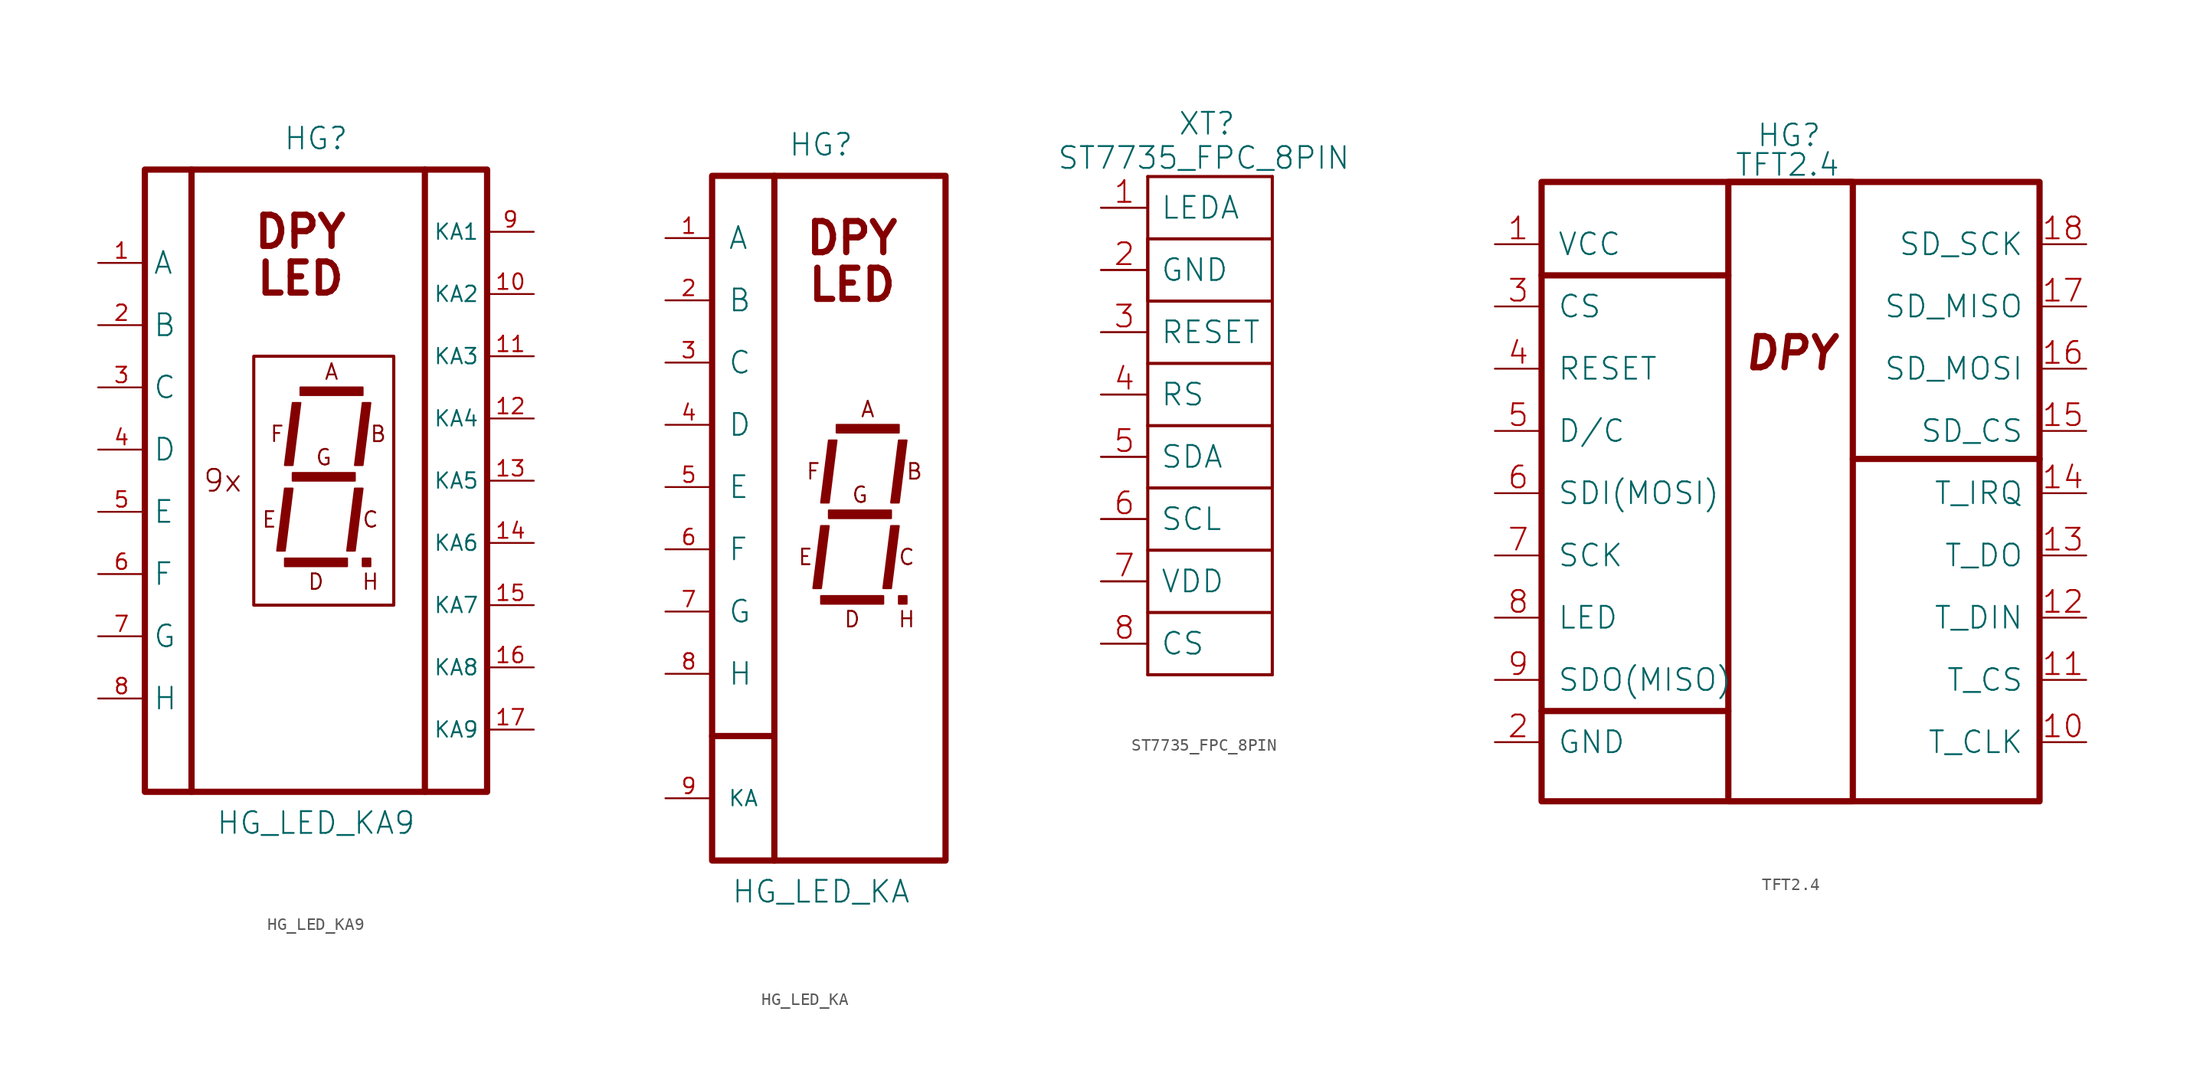
<source format=kicad_sym>
(kicad_symbol_lib
  (version 20211014)
  (generator kicad_symbol_editor)
  (symbol "HG_LED_KA9"
    (pin_names
      (offset 0.635))
    (property "Reference" "HG"
      (at 0 27.94 0)
      (effects (font (size 1.778 1.778))))
    (property "Value" "HG_LED_KA9"
      (at 0 -27.94 0)
      (effects (font (size 1.778 1.778))))
    (symbol "HG_LED_KA9_0_0"
      (rectangle (start -5.08 10.16) (end 6.35 -10.16) (stroke (width 0.254) (type default) (color 0 0 0 0)) (fill (type none)))
      (polyline (pts (xy 8.89 25.4) (xy 8.89 -25.4)) (stroke (width 0.508) (type default) (color 0 0 0 0)) (fill (type none)))
      (polyline (pts (xy -2.54 -6.35) (xy 2.54 -6.35) (xy 2.54 -6.985) (xy -2.54 -6.985) (xy -2.54 -6.35)) (stroke (width 0) (type default) (color 0 0 0 0)) (fill (type outline)))
      (polyline (pts (xy -2.54 -0.635) (xy -3.175 -5.715) (xy -2.54 -5.715) (xy -1.905 -0.635) (xy -2.54 -0.635)) (stroke (width 0) (type default) (color 0 0 0 0)) (fill (type outline)))
      (polyline (pts (xy -1.905 0) (xy -1.905 0.635) (xy 3.175 0.635) (xy 3.175 0) (xy -1.905 0)) (stroke (width 0) (type default) (color 0 0 0 0)) (fill (type outline)))
      (polyline (pts (xy -1.905 6.35) (xy -2.54 1.27) (xy -1.905 1.27) (xy -1.27 6.35) (xy -1.905 6.35)) (stroke (width 0) (type default) (color 0 0 0 0)) (fill (type outline)))
      (polyline (pts (xy -1.27 6.985) (xy -1.27 7.62) (xy 3.81 7.62) (xy 3.81 6.985) (xy -1.27 6.985)) (stroke (width 0) (type default) (color 0 0 0 0)) (fill (type outline)))
      (polyline (pts (xy 3.175 -0.635) (xy 2.54 -5.715) (xy 3.175 -5.715) (xy 3.81 -0.635) (xy 3.175 -0.635)) (stroke (width 0) (type default) (color 0 0 0 0)) (fill (type outline)))
      (polyline (pts (xy 3.81 -6.35) (xy 3.81 -6.985) (xy 4.445 -6.985) (xy 4.445 -6.35) (xy 3.81 -6.35)) (stroke (width 0) (type default) (color 0 0 0 0)) (fill (type outline)))
      (polyline (pts (xy 3.81 6.35) (xy 3.175 1.27) (xy 3.81 1.27) (xy 4.445 6.35) (xy 3.81 6.35)) (stroke (width 0) (type default) (color 0 0 0 0)) (fill (type outline)))
      (text "9x" (at -7.62 0 0) (effects (font (size 1.778 1.778))))
      (text "A" (at 1.27 8.89 0) (effects (font (size 1.27 1.27))))
      (text "B" (at 5.08 3.81 0) (effects (font (size 1.27 1.27))))
      (text "C" (at 4.445 -3.175 0) (effects (font (size 1.27 1.27))))
      (text "D" (at 0 -8.255 0) (effects (font (size 1.27 1.27))))
      (text "DPY" (at -1.27 20.32 0) (effects (font (size 2.54 2.54) bold)))
      (text "E" (at -3.81 -3.175 0) (effects (font (size 1.27 1.27))))
      (text "F" (at -3.175 3.81 0) (effects (font (size 1.27 1.27))))
      (text "G" (at 0.635 1.905 0) (effects (font (size 1.27 1.27))))
      (text "H" (at 4.445 -8.255 0) (effects (font (size 1.27 1.27))))
      (text "LED" (at -1.27 16.51 0) (effects (font (size 2.54 2.54) bold))))
    (symbol "HG_LED_KA9_0_1"
      (rectangle (start -13.97 25.4) (end 13.97 -25.4) (stroke (width 0.508) (type default) (color 0 0 0 0)) (fill (type none)))
      (polyline (pts (xy -10.16 25.4) (xy -10.16 -25.4)) (stroke (width 0.508) (type default) (color 0 0 0 0)) (fill (type none))))
    (symbol "HG_LED_KA9_1_1"
      (pin input line (at -17.78 17.78 0) (length 3.81) (name "A" (effects (font (size 1.778 1.778)))) (number "1" (effects (font (size 1.27 1.27)))))
      (pin power_in line (at 17.78 15.24 180) (length 3.81) (name "KA2" (effects (font (size 1.27 1.27)))) (number "10" (effects (font (size 1.27 1.27)))))
      (pin power_in line (at 17.78 10.16 180) (length 3.81) (name "KA3" (effects (font (size 1.27 1.27)))) (number "11" (effects (font (size 1.27 1.27)))))
      (pin power_in line (at 17.78 5.08 180) (length 3.81) (name "KA4" (effects (font (size 1.27 1.27)))) (number "12" (effects (font (size 1.27 1.27)))))
      (pin power_in line (at 17.78 0 180) (length 3.81) (name "KA5" (effects (font (size 1.27 1.27)))) (number "13" (effects (font (size 1.27 1.27)))))
      (pin power_in line (at 17.78 -5.08 180) (length 3.81) (name "KA6" (effects (font (size 1.27 1.27)))) (number "14" (effects (font (size 1.27 1.27)))))
      (pin power_in line (at 17.78 -10.16 180) (length 3.81) (name "KA7" (effects (font (size 1.27 1.27)))) (number "15" (effects (font (size 1.27 1.27)))))
      (pin power_in line (at 17.78 -15.24 180) (length 3.81) (name "KA8" (effects (font (size 1.27 1.27)))) (number "16" (effects (font (size 1.27 1.27)))))
      (pin power_in line (at 17.78 -20.32 180) (length 3.81) (name "KA9" (effects (font (size 1.27 1.27)))) (number "17" (effects (font (size 1.27 1.27)))))
      (pin input line (at -17.78 12.7 0) (length 3.81) (name "B" (effects (font (size 1.778 1.778)))) (number "2" (effects (font (size 1.27 1.27)))))
      (pin input line (at -17.78 7.62 0) (length 3.81) (name "C" (effects (font (size 1.778 1.778)))) (number "3" (effects (font (size 1.27 1.27)))))
      (pin input line (at -17.78 2.54 0) (length 3.81) (name "D" (effects (font (size 1.778 1.778)))) (number "4" (effects (font (size 1.27 1.27)))))
      (pin input line (at -17.78 -2.54 0) (length 3.81) (name "E" (effects (font (size 1.778 1.778)))) (number "5" (effects (font (size 1.27 1.27)))))
      (pin input line (at -17.78 -7.62 0) (length 3.81) (name "F" (effects (font (size 1.778 1.778)))) (number "6" (effects (font (size 1.27 1.27)))))
      (pin input line (at -17.78 -12.7 0) (length 3.81) (name "G" (effects (font (size 1.778 1.778)))) (number "7" (effects (font (size 1.27 1.27)))))
      (pin input line (at -17.78 -17.78 0) (length 3.81) (name "H" (effects (font (size 1.778 1.778)))) (number "8" (effects (font (size 1.27 1.27)))))
      (pin power_in line (at 17.78 20.32 180) (length 3.81) (name "KA1" (effects (font (size 1.27 1.27)))) (number "9" (effects (font (size 1.27 1.27)))))))
  (symbol "HG_LED_KA"
    (pin_names
      (offset 1.27))
    (property "Reference" "HG"
      (at 0 30.48 0)
      (effects (font (size 1.778 1.778))))
    (property "Value" "HG_LED_KA"
      (at 0 -30.48 0)
      (effects (font (size 1.778 1.778))))
    (symbol "HG_LED_KA_0_0"
      (polyline (pts (xy -8.89 -17.78) (xy -3.81 -17.78)) (stroke (width 0.508) (type default) (color 0 0 0 0)) (fill (type none)))
      (polyline (pts (xy 0 -6.35) (xy 5.08 -6.35) (xy 5.08 -6.985) (xy 0 -6.985) (xy 0 -6.35)) (stroke (width 0) (type default) (color 0 0 0 0)) (fill (type outline)))
      (polyline (pts (xy 0 -0.635) (xy -0.635 -5.715) (xy 0 -5.715) (xy 0.635 -0.635) (xy 0 -0.635)) (stroke (width 0) (type default) (color 0 0 0 0)) (fill (type outline)))
      (polyline (pts (xy 0.635 0) (xy 0.635 0.635) (xy 5.715 0.635) (xy 5.715 0) (xy 0.635 0)) (stroke (width 0) (type default) (color 0 0 0 0)) (fill (type outline)))
      (polyline (pts (xy 0.635 6.35) (xy 0 1.27) (xy 0.635 1.27) (xy 1.27 6.35) (xy 0.635 6.35)) (stroke (width 0) (type default) (color 0 0 0 0)) (fill (type outline)))
      (polyline (pts (xy 1.27 6.985) (xy 1.27 7.62) (xy 6.35 7.62) (xy 6.35 6.985) (xy 1.27 6.985)) (stroke (width 0) (type default) (color 0 0 0 0)) (fill (type outline)))
      (polyline (pts (xy 5.715 -0.635) (xy 5.08 -5.715) (xy 5.715 -5.715) (xy 6.35 -0.635) (xy 5.715 -0.635)) (stroke (width 0) (type default) (color 0 0 0 0)) (fill (type outline)))
      (polyline (pts (xy 6.35 -6.35) (xy 6.35 -6.985) (xy 6.985 -6.985) (xy 6.985 -6.35) (xy 6.35 -6.35)) (stroke (width 0) (type default) (color 0 0 0 0)) (fill (type outline)))
      (polyline (pts (xy 6.35 6.35) (xy 5.715 1.27) (xy 6.35 1.27) (xy 6.985 6.35) (xy 6.35 6.35)) (stroke (width 0) (type default) (color 0 0 0 0)) (fill (type outline)))
      (text "A" (at 3.81 8.89 0) (effects (font (size 1.27 1.27))))
      (text "B" (at 7.62 3.81 0) (effects (font (size 1.27 1.27))))
      (text "C" (at 6.985 -3.175 0) (effects (font (size 1.27 1.27))))
      (text "D" (at 2.54 -8.255 0) (effects (font (size 1.27 1.27))))
      (text "DPY" (at 2.54 22.86 0) (effects (font (size 2.54 2.54) bold)))
      (text "E" (at -1.27 -3.175 0) (effects (font (size 1.27 1.27))))
      (text "F" (at -0.635 3.81 0) (effects (font (size 1.27 1.27))))
      (text "G" (at 3.175 1.905 0) (effects (font (size 1.27 1.27))))
      (text "H" (at 6.985 -8.255 0) (effects (font (size 1.27 1.27))))
      (text "LED" (at 2.54 19.05 0) (effects (font (size 2.54 2.54) bold))))
    (symbol "HG_LED_KA_0_1"
      (rectangle (start -8.89 27.94) (end 10.16 -27.94) (stroke (width 0.508) (type default) (color 0 0 0 0)) (fill (type none)))
      (polyline (pts (xy -3.81 27.94) (xy -3.81 -27.94)) (stroke (width 0.508) (type default) (color 0 0 0 0)) (fill (type none))))
    (symbol "HG_LED_KA_1_1"
      (pin input line (at -12.7 22.86 0) (length 3.81) (name "A" (effects (font (size 1.778 1.778)))) (number "1" (effects (font (size 1.27 1.27)))))
      (pin input line (at -12.7 17.78 0) (length 3.81) (name "B" (effects (font (size 1.778 1.778)))) (number "2" (effects (font (size 1.27 1.27)))))
      (pin input line (at -12.7 12.7 0) (length 3.81) (name "C" (effects (font (size 1.778 1.778)))) (number "3" (effects (font (size 1.27 1.27)))))
      (pin input line (at -12.7 7.62 0) (length 3.81) (name "D" (effects (font (size 1.778 1.778)))) (number "4" (effects (font (size 1.27 1.27)))))
      (pin input line (at -12.7 2.54 0) (length 3.81) (name "E" (effects (font (size 1.778 1.778)))) (number "5" (effects (font (size 1.27 1.27)))))
      (pin input line (at -12.7 -2.54 0) (length 3.81) (name "F" (effects (font (size 1.778 1.778)))) (number "6" (effects (font (size 1.27 1.27)))))
      (pin input line (at -12.7 -7.62 0) (length 3.81) (name "G" (effects (font (size 1.778 1.778)))) (number "7" (effects (font (size 1.27 1.27)))))
      (pin input line (at -12.7 -12.7 0) (length 3.81) (name "H" (effects (font (size 1.778 1.778)))) (number "8" (effects (font (size 1.27 1.27)))))
      (pin power_in line (at -12.7 -22.86 0) (length 3.81) (name "KA" (effects (font (size 1.27 1.27)))) (number "9" (effects (font (size 1.27 1.27)))))))
  (symbol "ST7735_FPC_8PIN"
    (pin_names
      (offset 1.016))
    (property "Reference" "XT"
      (at -9.144 14.478 0)
      (effects (font (size 1.778 1.778))))
    (property "Value" "ST7735_FPC_8PIN"
      (at -9.398 11.684 0)
      (effects (font (size 1.778 1.778))))
    (symbol "ST7735_FPC_8PIN_0_1"
      (polyline (pts (xy -13.97 -30.48) (xy -3.81 -30.48)) (stroke (width 0.254) (type default) (color 0 0 0 0)) (fill (type none)))
      (polyline (pts (xy -13.97 -25.4) (xy -3.81 -25.4)) (stroke (width 0.254) (type default) (color 0 0 0 0)) (fill (type none)))
      (polyline (pts (xy -13.97 -5.08) (xy -3.81 -5.08)) (stroke (width 0.254) (type default) (color 0 0 0 0)) (fill (type none)))
      (polyline (pts (xy -13.97 5.08) (xy -3.81 5.08)) (stroke (width 0.254) (type default) (color 0 0 0 0)) (fill (type none)))
      (polyline (pts (xy -13.97 10.16) (xy -3.81 10.16)) (stroke (width 0.254) (type default) (color 0 0 0 0)) (fill (type none)))
      (polyline (pts (xy -3.81 -20.32) (xy -13.97 -20.32)) (stroke (width 0.254) (type default) (color 0 0 0 0)) (fill (type none)))
      (polyline (pts (xy -3.81 0) (xy -13.97 0) (xy -13.97 5.08)) (stroke (width 0.254) (type default) (color 0 0 0 0)) (fill (type none)))
      (polyline (pts (xy -13.97 -15.24) (xy -3.81 -15.24) (xy -3.81 -10.16) (xy -13.97 -10.16)) (stroke (width 0.254) (type default) (color 0 0 0 0)) (fill (type none)))
      (pin passive line (at -17.78 2.54 0) (length 3.81) (name "GND" (effects (font (size 1.778 1.778)))) (number "2" (effects (font (size 1.778 1.778))))))
    (symbol "ST7735_FPC_8PIN_1_1"
      (polyline (pts (xy -17.78 -27.94) (xy -13.97 -27.94)) (stroke (width 0) (type default) (color 0 0 0 0)) (fill (type none)))
      (polyline (pts (xy -17.78 -22.86) (xy -13.97 -22.86)) (stroke (width 0) (type default) (color 0 0 0 0)) (fill (type none)))
      (polyline (pts (xy -17.78 -17.78) (xy -13.97 -17.78)) (stroke (width 0) (type default) (color 0 0 0 0)) (fill (type none)))
      (polyline (pts (xy -17.78 -12.7) (xy -13.97 -12.7)) (stroke (width 0) (type default) (color 0 0 0 0)) (fill (type none)))
      (polyline (pts (xy -17.78 -7.62) (xy -13.97 -7.62)) (stroke (width 0) (type default) (color 0 0 0 0)) (fill (type none)))
      (polyline (pts (xy -17.78 -2.54) (xy -13.97 -2.54)) (stroke (width 0) (type default) (color 0 0 0 0)) (fill (type none)))
      (polyline (pts (xy -17.78 2.54) (xy -13.97 2.54)) (stroke (width 0) (type default) (color 0 0 0 0)) (fill (type none)))
      (polyline (pts (xy -17.78 7.62) (xy -13.97 7.62)) (stroke (width 0) (type default) (color 0 0 0 0)) (fill (type none)))
      (polyline (pts (xy -13.97 -10.16) (xy -13.97 -30.48)) (stroke (width 0.254) (type default) (color 0 0 0 0)) (fill (type none)))
      (polyline (pts (xy -13.97 10.16) (xy -13.97 -10.16)) (stroke (width 0.254) (type default) (color 0 0 0 0)) (fill (type none)))
      (polyline (pts (xy -3.81 -10.16) (xy -3.81 -30.48)) (stroke (width 0.254) (type default) (color 0 0 0 0)) (fill (type none)))
      (polyline (pts (xy -3.81 10.16) (xy -3.81 -10.16)) (stroke (width 0.254) (type default) (color 0 0 0 0)) (fill (type none)))
      (pin passive line (at -17.78 7.62 0) (length 3.81) (name "LEDA" (effects (font (size 1.778 1.778)))) (number "1" (effects (font (size 1.778 1.778)))))
      (pin passive line (at -17.78 -2.54 0) (length 3.81) (name "RESET" (effects (font (size 1.778 1.778)))) (number "3" (effects (font (size 1.778 1.778)))))
      (pin passive line (at -17.78 -7.62 0) (length 3.81) (name "RS" (effects (font (size 1.778 1.778)))) (number "4" (effects (font (size 1.778 1.778)))))
      (pin passive line (at -17.78 -12.7 0) (length 3.81) (name "SDA" (effects (font (size 1.778 1.778)))) (number "5" (effects (font (size 1.778 1.778)))))
      (pin passive line (at -17.78 -17.78 0) (length 3.81) (name "SCL" (effects (font (size 1.778 1.778)))) (number "6" (effects (font (size 1.778 1.778)))))
      (pin passive line (at -17.78 -22.86 0) (length 3.81) (name "VDD" (effects (font (size 1.778 1.778)))) (number "7" (effects (font (size 1.778 1.778)))))
      (pin passive line (at -17.78 -27.94 0) (length 3.81) (name "CS" (effects (font (size 1.778 1.778)))) (number "8" (effects (font (size 1.778 1.778)))))))
  (symbol "TFT2.4"
    (pin_names
      (offset 1.27))
    (property "Reference" "HG"
      (at -0.127 3.81 0)
      (effects (font (size 1.778 1.778))))
    (property "Value" "TFT2.4"
      (at -0.254 1.397 0)
      (effects (font (size 1.778 1.778))))
    (symbol "TFT2.4_0_1"
      (rectangle (start -20.32 0) (end 20.32 -50.546) (stroke (width 0.508) (type default) (color 0 0 0 0)) (fill (type none)))
      (polyline (pts (xy -20.32 -43.18) (xy -5.08 -43.18)) (stroke (width 0.508) (type default) (color 0 0 0 0)) (fill (type none)))
      (polyline (pts (xy -20.32 -7.62) (xy -5.08 -7.62)) (stroke (width 0.508) (type default) (color 0 0 0 0)) (fill (type none)))
      (polyline (pts (xy 20.32 -22.606) (xy 5.08 -22.606)) (stroke (width 0.508) (type default) (color 0 0 0 0)) (fill (type none)))
      (rectangle (start 5.08 0) (end -5.08 -50.546) (stroke (width 0.508) (type default) (color 0 0 0 0)) (fill (type none))))
    (symbol "TFT2.4_1_1"
      (text "DPY" (at 0 -13.97 0) (effects (font (size 2.54 2.54) bold italic)))
      (pin power_in line (at -24.13 -5.08 0) (length 3.81) (name "VCC" (effects (font (size 1.778 1.778)))) (number "1" (effects (font (size 1.778 1.778)))))
      (pin input line (at 24.13 -45.72 180) (length 3.81) (name "T_CLK" (effects (font (size 1.778 1.778)))) (number "10" (effects (font (size 1.778 1.778)))))
      (pin input line (at 24.13 -40.64 180) (length 3.81) (name "T_CS" (effects (font (size 1.778 1.778)))) (number "11" (effects (font (size 1.778 1.778)))))
      (pin input line (at 24.13 -35.56 180) (length 3.81) (name "T_DIN" (effects (font (size 1.778 1.778)))) (number "12" (effects (font (size 1.778 1.778)))))
      (pin input line (at 24.13 -30.48 180) (length 3.81) (name "T_DO" (effects (font (size 1.778 1.778)))) (number "13" (effects (font (size 1.778 1.778)))))
      (pin input line (at 24.13 -25.4 180) (length 3.81) (name "T_IRQ" (effects (font (size 1.778 1.778)))) (number "14" (effects (font (size 1.778 1.778)))))
      (pin input line (at 24.13 -20.32 180) (length 3.81) (name "SD_CS" (effects (font (size 1.778 1.778)))) (number "15" (effects (font (size 1.778 1.778)))))
      (pin input line (at 24.13 -15.24 180) (length 3.81) (name "SD_MOSI" (effects (font (size 1.778 1.778)))) (number "16" (effects (font (size 1.778 1.778)))))
      (pin input line (at 24.13 -10.16 180) (length 3.81) (name "SD_MISO" (effects (font (size 1.778 1.778)))) (number "17" (effects (font (size 1.778 1.778)))))
      (pin input line (at 24.13 -5.08 180) (length 3.81) (name "SD_SCK" (effects (font (size 1.778 1.778)))) (number "18" (effects (font (size 1.778 1.778)))))
      (pin power_in line (at -24.13 -45.72 0) (length 3.81) (name "GND" (effects (font (size 1.778 1.778)))) (number "2" (effects (font (size 1.778 1.778)))))
      (pin input line (at -24.13 -10.16 0) (length 3.81) (name "CS" (effects (font (size 1.778 1.778)))) (number "3" (effects (font (size 1.778 1.778)))))
      (pin input line (at -24.13 -15.24 0) (length 3.81) (name "RESET" (effects (font (size 1.778 1.778)))) (number "4" (effects (font (size 1.778 1.778)))))
      (pin input line (at -24.13 -20.32 0) (length 3.81) (name "D/C" (effects (font (size 1.778 1.778)))) (number "5" (effects (font (size 1.778 1.778)))))
      (pin input line (at -24.13 -25.4 0) (length 3.81) (name "SDI(MOSI)" (effects (font (size 1.778 1.778)))) (number "6" (effects (font (size 1.778 1.778)))))
      (pin input line (at -24.13 -30.48 0) (length 3.81) (name "SCK" (effects (font (size 1.778 1.778)))) (number "7" (effects (font (size 1.778 1.778)))))
      (pin input line (at -24.13 -35.56 0) (length 3.81) (name "LED" (effects (font (size 1.778 1.778)))) (number "8" (effects (font (size 1.778 1.778)))))
      (pin input line (at -24.13 -40.64 0) (length 3.81) (name "SDO(MISO)" (effects (font (size 1.778 1.778)))) (number "9" (effects (font (size 1.778 1.778))))))))
</source>
